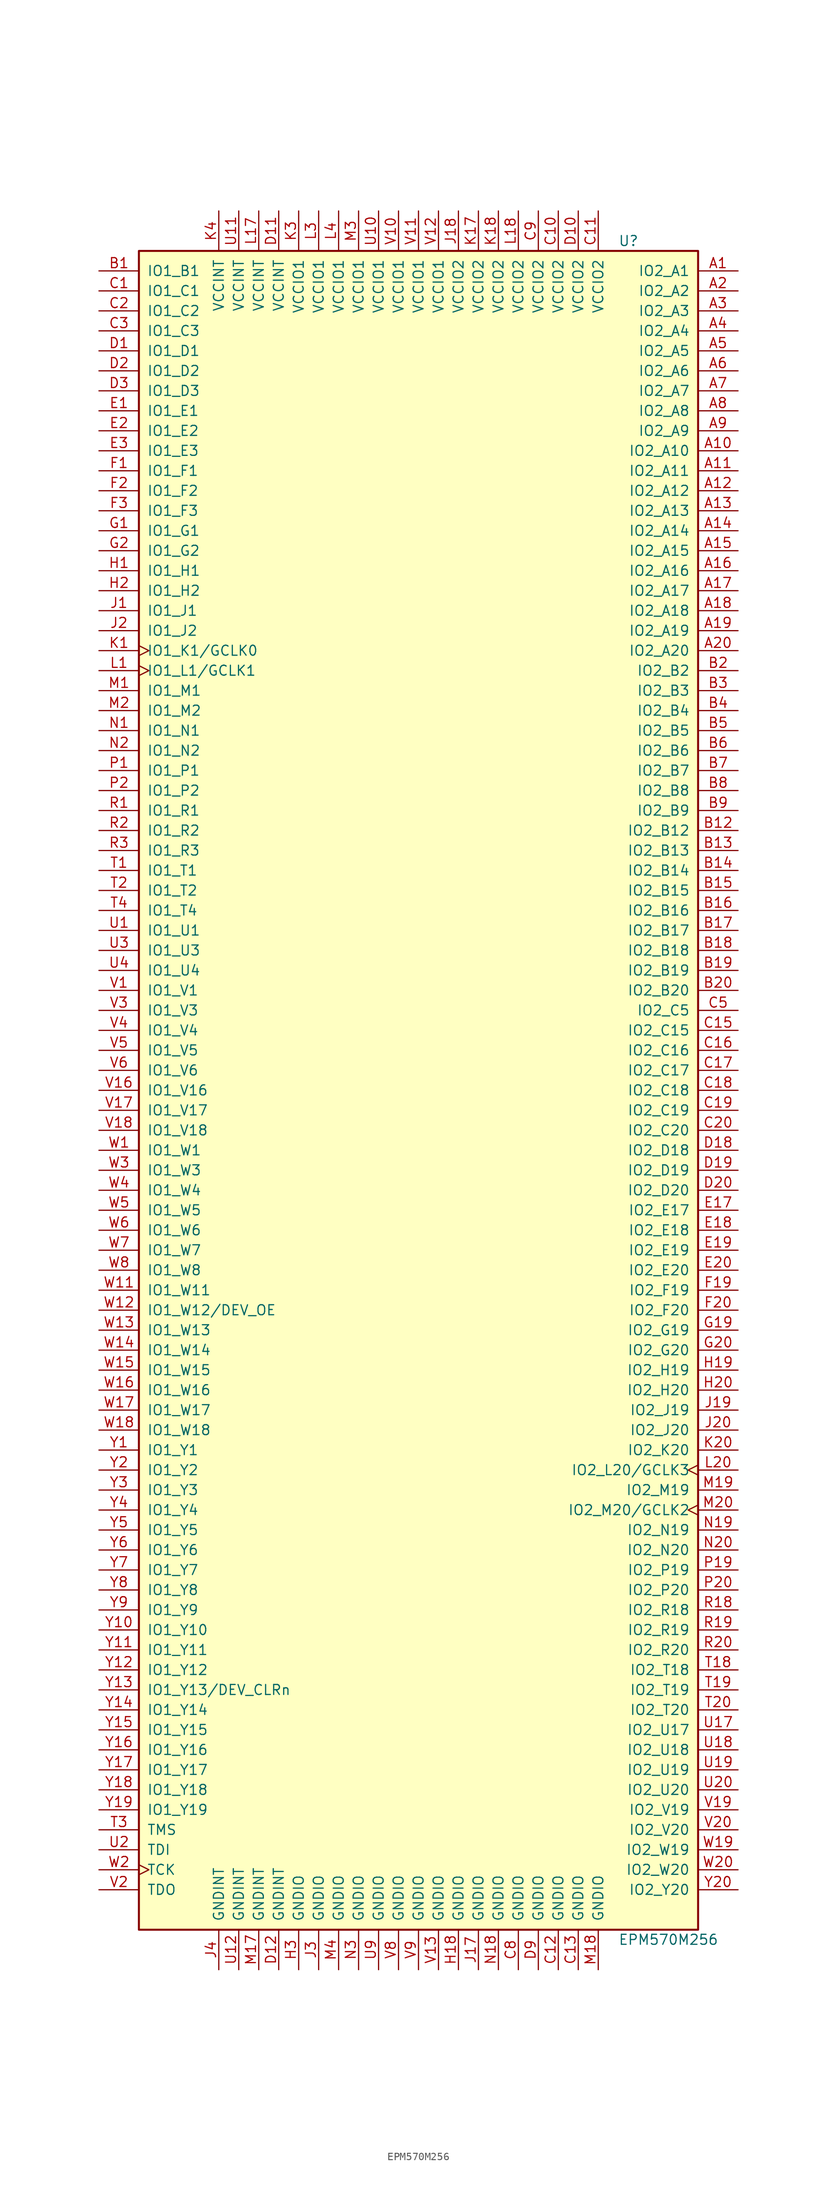
<source format=kicad_sym>
(kicad_symbol_lib
  (version 20201005)
  (generator kicad_symbol_editor)
  (symbol "EPM570M256"
    (pin_names
      (offset 1.016))
    (property "Reference" "U"
      (at 25.4 107.95 0)
      (effects (font (size 1.27 1.27)) (justify left)))
    (property "Value" "EPM570M256"
      (at 25.4 -107.95 0)
      (effects (font (size 1.27 1.27)) (justify left)))
    (property "ki_locked" ""
      (at 0 0 0)
      (effects (font (size 1.27 1.27))))
    (symbol "EPM570M256_1_1"
      (rectangle (start -35.56 106.68) (end 35.56 -106.68) (stroke (width 0.254)) (fill (type background)))
      (pin bidirectional line (at 40.64 104.14 180) (length 5.08) (name "IO2_A1" (effects (font (size 1.27 1.27)))) (number "A1" (effects (font (size 1.27 1.27)))))
      (pin bidirectional line (at 40.64 101.6 180) (length 5.08) (name "IO2_A2" (effects (font (size 1.27 1.27)))) (number "A2" (effects (font (size 1.27 1.27)))))
      (pin bidirectional line (at 40.64 99.06 180) (length 5.08) (name "IO2_A3" (effects (font (size 1.27 1.27)))) (number "A3" (effects (font (size 1.27 1.27)))))
      (pin bidirectional line (at 40.64 96.52 180) (length 5.08) (name "IO2_A4" (effects (font (size 1.27 1.27)))) (number "A4" (effects (font (size 1.27 1.27)))))
      (pin bidirectional line (at 40.64 93.98 180) (length 5.08) (name "IO2_A5" (effects (font (size 1.27 1.27)))) (number "A5" (effects (font (size 1.27 1.27)))))
      (pin bidirectional line (at 40.64 91.44 180) (length 5.08) (name "IO2_A6" (effects (font (size 1.27 1.27)))) (number "A6" (effects (font (size 1.27 1.27)))))
      (pin bidirectional line (at 40.64 88.9 180) (length 5.08) (name "IO2_A7" (effects (font (size 1.27 1.27)))) (number "A7" (effects (font (size 1.27 1.27)))))
      (pin bidirectional line (at 40.64 86.36 180) (length 5.08) (name "IO2_A8" (effects (font (size 1.27 1.27)))) (number "A8" (effects (font (size 1.27 1.27)))))
      (pin bidirectional line (at 40.64 83.82 180) (length 5.08) (name "IO2_A9" (effects (font (size 1.27 1.27)))) (number "A9" (effects (font (size 1.27 1.27)))))
      (pin bidirectional line (at 40.64 81.28 180) (length 5.08) (name "IO2_A10" (effects (font (size 1.27 1.27)))) (number "A10" (effects (font (size 1.27 1.27)))))
      (pin bidirectional line (at 40.64 78.74 180) (length 5.08) (name "IO2_A11" (effects (font (size 1.27 1.27)))) (number "A11" (effects (font (size 1.27 1.27)))))
      (pin bidirectional line (at 40.64 76.2 180) (length 5.08) (name "IO2_A12" (effects (font (size 1.27 1.27)))) (number "A12" (effects (font (size 1.27 1.27)))))
      (pin bidirectional line (at 40.64 73.66 180) (length 5.08) (name "IO2_A13" (effects (font (size 1.27 1.27)))) (number "A13" (effects (font (size 1.27 1.27)))))
      (pin bidirectional line (at 40.64 71.12 180) (length 5.08) (name "IO2_A14" (effects (font (size 1.27 1.27)))) (number "A14" (effects (font (size 1.27 1.27)))))
      (pin bidirectional line (at 40.64 68.58 180) (length 5.08) (name "IO2_A15" (effects (font (size 1.27 1.27)))) (number "A15" (effects (font (size 1.27 1.27)))))
      (pin bidirectional line (at 40.64 66.04 180) (length 5.08) (name "IO2_A16" (effects (font (size 1.27 1.27)))) (number "A16" (effects (font (size 1.27 1.27)))))
      (pin bidirectional line (at 40.64 63.5 180) (length 5.08) (name "IO2_A17" (effects (font (size 1.27 1.27)))) (number "A17" (effects (font (size 1.27 1.27)))))
      (pin bidirectional line (at 40.64 60.96 180) (length 5.08) (name "IO2_A18" (effects (font (size 1.27 1.27)))) (number "A18" (effects (font (size 1.27 1.27)))))
      (pin bidirectional line (at 40.64 58.42 180) (length 5.08) (name "IO2_A19" (effects (font (size 1.27 1.27)))) (number "A19" (effects (font (size 1.27 1.27)))))
      (pin bidirectional line (at 40.64 55.88 180) (length 5.08) (name "IO2_A20" (effects (font (size 1.27 1.27)))) (number "A20" (effects (font (size 1.27 1.27)))))
      (pin bidirectional line (at -40.64 104.14 0) (length 5.08) (name "IO1_B1" (effects (font (size 1.27 1.27)))) (number "B1" (effects (font (size 1.27 1.27)))))
      (pin bidirectional line (at 40.64 53.34 180) (length 5.08) (name "IO2_B2" (effects (font (size 1.27 1.27)))) (number "B2" (effects (font (size 1.27 1.27)))))
      (pin bidirectional line (at 40.64 50.8 180) (length 5.08) (name "IO2_B3" (effects (font (size 1.27 1.27)))) (number "B3" (effects (font (size 1.27 1.27)))))
      (pin bidirectional line (at 40.64 48.26 180) (length 5.08) (name "IO2_B4" (effects (font (size 1.27 1.27)))) (number "B4" (effects (font (size 1.27 1.27)))))
      (pin bidirectional line (at 40.64 45.72 180) (length 5.08) (name "IO2_B5" (effects (font (size 1.27 1.27)))) (number "B5" (effects (font (size 1.27 1.27)))))
      (pin bidirectional line (at 40.64 43.18 180) (length 5.08) (name "IO2_B6" (effects (font (size 1.27 1.27)))) (number "B6" (effects (font (size 1.27 1.27)))))
      (pin bidirectional line (at 40.64 40.64 180) (length 5.08) (name "IO2_B7" (effects (font (size 1.27 1.27)))) (number "B7" (effects (font (size 1.27 1.27)))))
      (pin bidirectional line (at 40.64 38.1 180) (length 5.08) (name "IO2_B8" (effects (font (size 1.27 1.27)))) (number "B8" (effects (font (size 1.27 1.27)))))
      (pin bidirectional line (at 40.64 35.56 180) (length 5.08) (name "IO2_B9" (effects (font (size 1.27 1.27)))) (number "B9" (effects (font (size 1.27 1.27)))))
      (pin bidirectional line (at 40.64 33.02 180) (length 5.08) (name "IO2_B12" (effects (font (size 1.27 1.27)))) (number "B12" (effects (font (size 1.27 1.27)))))
      (pin bidirectional line (at 40.64 30.48 180) (length 5.08) (name "IO2_B13" (effects (font (size 1.27 1.27)))) (number "B13" (effects (font (size 1.27 1.27)))))
      (pin bidirectional line (at 40.64 27.94 180) (length 5.08) (name "IO2_B14" (effects (font (size 1.27 1.27)))) (number "B14" (effects (font (size 1.27 1.27)))))
      (pin bidirectional line (at 40.64 25.4 180) (length 5.08) (name "IO2_B15" (effects (font (size 1.27 1.27)))) (number "B15" (effects (font (size 1.27 1.27)))))
      (pin bidirectional line (at 40.64 22.86 180) (length 5.08) (name "IO2_B16" (effects (font (size 1.27 1.27)))) (number "B16" (effects (font (size 1.27 1.27)))))
      (pin bidirectional line (at 40.64 20.32 180) (length 5.08) (name "IO2_B17" (effects (font (size 1.27 1.27)))) (number "B17" (effects (font (size 1.27 1.27)))))
      (pin bidirectional line (at 40.64 17.78 180) (length 5.08) (name "IO2_B18" (effects (font (size 1.27 1.27)))) (number "B18" (effects (font (size 1.27 1.27)))))
      (pin bidirectional line (at 40.64 15.24 180) (length 5.08) (name "IO2_B19" (effects (font (size 1.27 1.27)))) (number "B19" (effects (font (size 1.27 1.27)))))
      (pin bidirectional line (at 40.64 12.7 180) (length 5.08) (name "IO2_B20" (effects (font (size 1.27 1.27)))) (number "B20" (effects (font (size 1.27 1.27)))))
      (pin bidirectional line (at -40.64 101.6 0) (length 5.08) (name "IO1_C1" (effects (font (size 1.27 1.27)))) (number "C1" (effects (font (size 1.27 1.27)))))
      (pin bidirectional line (at -40.64 99.06 0) (length 5.08) (name "IO1_C2" (effects (font (size 1.27 1.27)))) (number "C2" (effects (font (size 1.27 1.27)))))
      (pin bidirectional line (at -40.64 96.52 0) (length 5.08) (name "IO1_C3" (effects (font (size 1.27 1.27)))) (number "C3" (effects (font (size 1.27 1.27)))))
      (pin bidirectional line (at 40.64 10.16 180) (length 5.08) (name "IO2_C5" (effects (font (size 1.27 1.27)))) (number "C5" (effects (font (size 1.27 1.27)))))
      (pin bidirectional line (at 40.64 7.62 180) (length 5.08) (name "IO2_C15" (effects (font (size 1.27 1.27)))) (number "C15" (effects (font (size 1.27 1.27)))))
      (pin bidirectional line (at 40.64 5.08 180) (length 5.08) (name "IO2_C16" (effects (font (size 1.27 1.27)))) (number "C16" (effects (font (size 1.27 1.27)))))
      (pin bidirectional line (at 40.64 2.54 180) (length 5.08) (name "IO2_C17" (effects (font (size 1.27 1.27)))) (number "C17" (effects (font (size 1.27 1.27)))))
      (pin bidirectional line (at 40.64 0 180) (length 5.08) (name "IO2_C18" (effects (font (size 1.27 1.27)))) (number "C18" (effects (font (size 1.27 1.27)))))
      (pin bidirectional line (at 40.64 -2.54 180) (length 5.08) (name "IO2_C19" (effects (font (size 1.27 1.27)))) (number "C19" (effects (font (size 1.27 1.27)))))
      (pin bidirectional line (at 40.64 -5.08 180) (length 5.08) (name "IO2_C20" (effects (font (size 1.27 1.27)))) (number "C20" (effects (font (size 1.27 1.27)))))
      (pin bidirectional line (at -40.64 93.98 0) (length 5.08) (name "IO1_D1" (effects (font (size 1.27 1.27)))) (number "D1" (effects (font (size 1.27 1.27)))))
      (pin bidirectional line (at -40.64 91.44 0) (length 5.08) (name "IO1_D2" (effects (font (size 1.27 1.27)))) (number "D2" (effects (font (size 1.27 1.27)))))
      (pin bidirectional line (at -40.64 88.9 0) (length 5.08) (name "IO1_D3" (effects (font (size 1.27 1.27)))) (number "D3" (effects (font (size 1.27 1.27)))))
      (pin bidirectional line (at 40.64 -7.62 180) (length 5.08) (name "IO2_D18" (effects (font (size 1.27 1.27)))) (number "D18" (effects (font (size 1.27 1.27)))))
      (pin bidirectional line (at 40.64 -10.16 180) (length 5.08) (name "IO2_D19" (effects (font (size 1.27 1.27)))) (number "D19" (effects (font (size 1.27 1.27)))))
      (pin bidirectional line (at 40.64 -12.7 180) (length 5.08) (name "IO2_D20" (effects (font (size 1.27 1.27)))) (number "D20" (effects (font (size 1.27 1.27)))))
      (pin bidirectional line (at -40.64 86.36 0) (length 5.08) (name "IO1_E1" (effects (font (size 1.27 1.27)))) (number "E1" (effects (font (size 1.27 1.27)))))
      (pin bidirectional line (at -40.64 83.82 0) (length 5.08) (name "IO1_E2" (effects (font (size 1.27 1.27)))) (number "E2" (effects (font (size 1.27 1.27)))))
      (pin bidirectional line (at -40.64 81.28 0) (length 5.08) (name "IO1_E3" (effects (font (size 1.27 1.27)))) (number "E3" (effects (font (size 1.27 1.27)))))
      (pin bidirectional line (at 40.64 -15.24 180) (length 5.08) (name "IO2_E17" (effects (font (size 1.27 1.27)))) (number "E17" (effects (font (size 1.27 1.27)))))
      (pin bidirectional line (at 40.64 -17.78 180) (length 5.08) (name "IO2_E18" (effects (font (size 1.27 1.27)))) (number "E18" (effects (font (size 1.27 1.27)))))
      (pin bidirectional line (at 40.64 -20.32 180) (length 5.08) (name "IO2_E19" (effects (font (size 1.27 1.27)))) (number "E19" (effects (font (size 1.27 1.27)))))
      (pin bidirectional line (at 40.64 -22.86 180) (length 5.08) (name "IO2_E20" (effects (font (size 1.27 1.27)))) (number "E20" (effects (font (size 1.27 1.27)))))
      (pin bidirectional line (at -40.64 78.74 0) (length 5.08) (name "IO1_F1" (effects (font (size 1.27 1.27)))) (number "F1" (effects (font (size 1.27 1.27)))))
      (pin bidirectional line (at -40.64 76.2 0) (length 5.08) (name "IO1_F2" (effects (font (size 1.27 1.27)))) (number "F2" (effects (font (size 1.27 1.27)))))
      (pin bidirectional line (at -40.64 73.66 0) (length 5.08) (name "IO1_F3" (effects (font (size 1.27 1.27)))) (number "F3" (effects (font (size 1.27 1.27)))))
      (pin bidirectional line (at 40.64 -25.4 180) (length 5.08) (name "IO2_F19" (effects (font (size 1.27 1.27)))) (number "F19" (effects (font (size 1.27 1.27)))))
      (pin bidirectional line (at 40.64 -27.94 180) (length 5.08) (name "IO2_F20" (effects (font (size 1.27 1.27)))) (number "F20" (effects (font (size 1.27 1.27)))))
      (pin bidirectional line (at -40.64 71.12 0) (length 5.08) (name "IO1_G1" (effects (font (size 1.27 1.27)))) (number "G1" (effects (font (size 1.27 1.27)))))
      (pin bidirectional line (at -40.64 68.58 0) (length 5.08) (name "IO1_G2" (effects (font (size 1.27 1.27)))) (number "G2" (effects (font (size 1.27 1.27)))))
      (pin bidirectional line (at 40.64 -30.48 180) (length 5.08) (name "IO2_G19" (effects (font (size 1.27 1.27)))) (number "G19" (effects (font (size 1.27 1.27)))))
      (pin bidirectional line (at 40.64 -33.02 180) (length 5.08) (name "IO2_G20" (effects (font (size 1.27 1.27)))) (number "G20" (effects (font (size 1.27 1.27)))))
      (pin bidirectional line (at -40.64 66.04 0) (length 5.08) (name "IO1_H1" (effects (font (size 1.27 1.27)))) (number "H1" (effects (font (size 1.27 1.27)))))
      (pin bidirectional line (at -40.64 63.5 0) (length 5.08) (name "IO1_H2" (effects (font (size 1.27 1.27)))) (number "H2" (effects (font (size 1.27 1.27)))))
      (pin bidirectional line (at 40.64 -35.56 180) (length 5.08) (name "IO2_H19" (effects (font (size 1.27 1.27)))) (number "H19" (effects (font (size 1.27 1.27)))))
      (pin bidirectional line (at 40.64 -38.1 180) (length 5.08) (name "IO2_H20" (effects (font (size 1.27 1.27)))) (number "H20" (effects (font (size 1.27 1.27)))))
      (pin bidirectional line (at -40.64 60.96 0) (length 5.08) (name "IO1_J1" (effects (font (size 1.27 1.27)))) (number "J1" (effects (font (size 1.27 1.27)))))
      (pin bidirectional line (at -40.64 58.42 0) (length 5.08) (name "IO1_J2" (effects (font (size 1.27 1.27)))) (number "J2" (effects (font (size 1.27 1.27)))))
      (pin bidirectional line (at 40.64 -40.64 180) (length 5.08) (name "IO2_J19" (effects (font (size 1.27 1.27)))) (number "J19" (effects (font (size 1.27 1.27)))))
      (pin bidirectional line (at 40.64 -43.18 180) (length 5.08) (name "IO2_J20" (effects (font (size 1.27 1.27)))) (number "J20" (effects (font (size 1.27 1.27)))))
      (pin bidirectional clock (at -40.64 55.88 0) (length 5.08) (name "IO1_K1/GCLK0" (effects (font (size 1.27 1.27)))) (number "K1" (effects (font (size 1.27 1.27)))))
      (pin bidirectional line (at 40.64 -45.72 180) (length 5.08) (name "IO2_K20" (effects (font (size 1.27 1.27)))) (number "K20" (effects (font (size 1.27 1.27)))))
      (pin bidirectional clock (at -40.64 53.34 0) (length 5.08) (name "IO1_L1/GCLK1" (effects (font (size 1.27 1.27)))) (number "L1" (effects (font (size 1.27 1.27)))))
      (pin bidirectional clock (at 40.64 -48.26 180) (length 5.08) (name "IO2_L20/GCLK3" (effects (font (size 1.27 1.27)))) (number "L20" (effects (font (size 1.27 1.27)))))
      (pin bidirectional line (at -40.64 50.8 0) (length 5.08) (name "IO1_M1" (effects (font (size 1.27 1.27)))) (number "M1" (effects (font (size 1.27 1.27)))))
      (pin bidirectional line (at -40.64 48.26 0) (length 5.08) (name "IO1_M2" (effects (font (size 1.27 1.27)))) (number "M2" (effects (font (size 1.27 1.27)))))
      (pin bidirectional line (at 40.64 -50.8 180) (length 5.08) (name "IO2_M19" (effects (font (size 1.27 1.27)))) (number "M19" (effects (font (size 1.27 1.27)))))
      (pin bidirectional clock (at 40.64 -53.34 180) (length 5.08) (name "IO2_M20/GCLK2" (effects (font (size 1.27 1.27)))) (number "M20" (effects (font (size 1.27 1.27)))))
      (pin bidirectional line (at -40.64 45.72 0) (length 5.08) (name "IO1_N1" (effects (font (size 1.27 1.27)))) (number "N1" (effects (font (size 1.27 1.27)))))
      (pin bidirectional line (at -40.64 43.18 0) (length 5.08) (name "IO1_N2" (effects (font (size 1.27 1.27)))) (number "N2" (effects (font (size 1.27 1.27)))))
      (pin bidirectional line (at 40.64 -55.88 180) (length 5.08) (name "IO2_N19" (effects (font (size 1.27 1.27)))) (number "N19" (effects (font (size 1.27 1.27)))))
      (pin bidirectional line (at 40.64 -58.42 180) (length 5.08) (name "IO2_N20" (effects (font (size 1.27 1.27)))) (number "N20" (effects (font (size 1.27 1.27)))))
      (pin bidirectional line (at -40.64 40.64 0) (length 5.08) (name "IO1_P1" (effects (font (size 1.27 1.27)))) (number "P1" (effects (font (size 1.27 1.27)))))
      (pin bidirectional line (at -40.64 38.1 0) (length 5.08) (name "IO1_P2" (effects (font (size 1.27 1.27)))) (number "P2" (effects (font (size 1.27 1.27)))))
      (pin bidirectional line (at 40.64 -60.96 180) (length 5.08) (name "IO2_P19" (effects (font (size 1.27 1.27)))) (number "P19" (effects (font (size 1.27 1.27)))))
      (pin bidirectional line (at 40.64 -63.5 180) (length 5.08) (name "IO2_P20" (effects (font (size 1.27 1.27)))) (number "P20" (effects (font (size 1.27 1.27)))))
      (pin bidirectional line (at -40.64 35.56 0) (length 5.08) (name "IO1_R1" (effects (font (size 1.27 1.27)))) (number "R1" (effects (font (size 1.27 1.27)))))
      (pin bidirectional line (at -40.64 33.02 0) (length 5.08) (name "IO1_R2" (effects (font (size 1.27 1.27)))) (number "R2" (effects (font (size 1.27 1.27)))))
      (pin bidirectional line (at -40.64 30.48 0) (length 5.08) (name "IO1_R3" (effects (font (size 1.27 1.27)))) (number "R3" (effects (font (size 1.27 1.27)))))
      (pin bidirectional line (at 40.64 -66.04 180) (length 5.08) (name "IO2_R18" (effects (font (size 1.27 1.27)))) (number "R18" (effects (font (size 1.27 1.27)))))
      (pin bidirectional line (at 40.64 -68.58 180) (length 5.08) (name "IO2_R19" (effects (font (size 1.27 1.27)))) (number "R19" (effects (font (size 1.27 1.27)))))
      (pin bidirectional line (at 40.64 -71.12 180) (length 5.08) (name "IO2_R20" (effects (font (size 1.27 1.27)))) (number "R20" (effects (font (size 1.27 1.27)))))
      (pin bidirectional line (at -40.64 27.94 0) (length 5.08) (name "IO1_T1" (effects (font (size 1.27 1.27)))) (number "T1" (effects (font (size 1.27 1.27)))))
      (pin bidirectional line (at -40.64 25.4 0) (length 5.08) (name "IO1_T2" (effects (font (size 1.27 1.27)))) (number "T2" (effects (font (size 1.27 1.27)))))
      (pin bidirectional line (at -40.64 22.86 0) (length 5.08) (name "IO1_T4" (effects (font (size 1.27 1.27)))) (number "T4" (effects (font (size 1.27 1.27)))))
      (pin bidirectional line (at 40.64 -73.66 180) (length 5.08) (name "IO2_T18" (effects (font (size 1.27 1.27)))) (number "T18" (effects (font (size 1.27 1.27)))))
      (pin bidirectional line (at 40.64 -76.2 180) (length 5.08) (name "IO2_T19" (effects (font (size 1.27 1.27)))) (number "T19" (effects (font (size 1.27 1.27)))))
      (pin bidirectional line (at 40.64 -78.74 180) (length 5.08) (name "IO2_T20" (effects (font (size 1.27 1.27)))) (number "T20" (effects (font (size 1.27 1.27)))))
      (pin bidirectional line (at -40.64 20.32 0) (length 5.08) (name "IO1_U1" (effects (font (size 1.27 1.27)))) (number "U1" (effects (font (size 1.27 1.27)))))
      (pin bidirectional line (at -40.64 17.78 0) (length 5.08) (name "IO1_U3" (effects (font (size 1.27 1.27)))) (number "U3" (effects (font (size 1.27 1.27)))))
      (pin bidirectional line (at -40.64 15.24 0) (length 5.08) (name "IO1_U4" (effects (font (size 1.27 1.27)))) (number "U4" (effects (font (size 1.27 1.27)))))
      (pin bidirectional line (at 40.64 -81.28 180) (length 5.08) (name "IO2_U17" (effects (font (size 1.27 1.27)))) (number "U17" (effects (font (size 1.27 1.27)))))
      (pin bidirectional line (at 40.64 -83.82 180) (length 5.08) (name "IO2_U18" (effects (font (size 1.27 1.27)))) (number "U18" (effects (font (size 1.27 1.27)))))
      (pin bidirectional line (at 40.64 -86.36 180) (length 5.08) (name "IO2_U19" (effects (font (size 1.27 1.27)))) (number "U19" (effects (font (size 1.27 1.27)))))
      (pin bidirectional line (at 40.64 -88.9 180) (length 5.08) (name "IO2_U20" (effects (font (size 1.27 1.27)))) (number "U20" (effects (font (size 1.27 1.27)))))
      (pin bidirectional line (at -40.64 12.7 0) (length 5.08) (name "IO1_V1" (effects (font (size 1.27 1.27)))) (number "V1" (effects (font (size 1.27 1.27)))))
      (pin bidirectional line (at -40.64 10.16 0) (length 5.08) (name "IO1_V3" (effects (font (size 1.27 1.27)))) (number "V3" (effects (font (size 1.27 1.27)))))
      (pin bidirectional line (at -40.64 7.62 0) (length 5.08) (name "IO1_V4" (effects (font (size 1.27 1.27)))) (number "V4" (effects (font (size 1.27 1.27)))))
      (pin bidirectional line (at -40.64 5.08 0) (length 5.08) (name "IO1_V5" (effects (font (size 1.27 1.27)))) (number "V5" (effects (font (size 1.27 1.27)))))
      (pin bidirectional line (at -40.64 2.54 0) (length 5.08) (name "IO1_V6" (effects (font (size 1.27 1.27)))) (number "V6" (effects (font (size 1.27 1.27)))))
      (pin bidirectional line (at -40.64 0 0) (length 5.08) (name "IO1_V16" (effects (font (size 1.27 1.27)))) (number "V16" (effects (font (size 1.27 1.27)))))
      (pin bidirectional line (at -40.64 -2.54 0) (length 5.08) (name "IO1_V17" (effects (font (size 1.27 1.27)))) (number "V17" (effects (font (size 1.27 1.27)))))
      (pin bidirectional line (at -40.64 -5.08 0) (length 5.08) (name "IO1_V18" (effects (font (size 1.27 1.27)))) (number "V18" (effects (font (size 1.27 1.27)))))
      (pin bidirectional line (at 40.64 -91.44 180) (length 5.08) (name "IO2_V19" (effects (font (size 1.27 1.27)))) (number "V19" (effects (font (size 1.27 1.27)))))
      (pin bidirectional line (at 40.64 -93.98 180) (length 5.08) (name "IO2_V20" (effects (font (size 1.27 1.27)))) (number "V20" (effects (font (size 1.27 1.27)))))
      (pin bidirectional line (at -40.64 -7.62 0) (length 5.08) (name "IO1_W1" (effects (font (size 1.27 1.27)))) (number "W1" (effects (font (size 1.27 1.27)))))
      (pin bidirectional line (at -40.64 -10.16 0) (length 5.08) (name "IO1_W3" (effects (font (size 1.27 1.27)))) (number "W3" (effects (font (size 1.27 1.27)))))
      (pin bidirectional line (at -40.64 -12.7 0) (length 5.08) (name "IO1_W4" (effects (font (size 1.27 1.27)))) (number "W4" (effects (font (size 1.27 1.27)))))
      (pin bidirectional line (at -40.64 -15.24 0) (length 5.08) (name "IO1_W5" (effects (font (size 1.27 1.27)))) (number "W5" (effects (font (size 1.27 1.27)))))
      (pin bidirectional line (at -40.64 -17.78 0) (length 5.08) (name "IO1_W6" (effects (font (size 1.27 1.27)))) (number "W6" (effects (font (size 1.27 1.27)))))
      (pin bidirectional line (at -40.64 -20.32 0) (length 5.08) (name "IO1_W7" (effects (font (size 1.27 1.27)))) (number "W7" (effects (font (size 1.27 1.27)))))
      (pin bidirectional line (at -40.64 -22.86 0) (length 5.08) (name "IO1_W8" (effects (font (size 1.27 1.27)))) (number "W8" (effects (font (size 1.27 1.27)))))
      (pin bidirectional line (at -40.64 -25.4 0) (length 5.08) (name "IO1_W11" (effects (font (size 1.27 1.27)))) (number "W11" (effects (font (size 1.27 1.27)))))
      (pin bidirectional line (at -40.64 -27.94 0) (length 5.08) (name "IO1_W12/DEV_OE" (effects (font (size 1.27 1.27)))) (number "W12" (effects (font (size 1.27 1.27)))))
      (pin bidirectional line (at -40.64 -30.48 0) (length 5.08) (name "IO1_W13" (effects (font (size 1.27 1.27)))) (number "W13" (effects (font (size 1.27 1.27)))))
      (pin bidirectional line (at -40.64 -33.02 0) (length 5.08) (name "IO1_W14" (effects (font (size 1.27 1.27)))) (number "W14" (effects (font (size 1.27 1.27)))))
      (pin bidirectional line (at -40.64 -35.56 0) (length 5.08) (name "IO1_W15" (effects (font (size 1.27 1.27)))) (number "W15" (effects (font (size 1.27 1.27)))))
      (pin bidirectional line (at -40.64 -38.1 0) (length 5.08) (name "IO1_W16" (effects (font (size 1.27 1.27)))) (number "W16" (effects (font (size 1.27 1.27)))))
      (pin bidirectional line (at -40.64 -40.64 0) (length 5.08) (name "IO1_W17" (effects (font (size 1.27 1.27)))) (number "W17" (effects (font (size 1.27 1.27)))))
      (pin bidirectional line (at -40.64 -43.18 0) (length 5.08) (name "IO1_W18" (effects (font (size 1.27 1.27)))) (number "W18" (effects (font (size 1.27 1.27)))))
      (pin bidirectional line (at 40.64 -96.52 180) (length 5.08) (name "IO2_W19" (effects (font (size 1.27 1.27)))) (number "W19" (effects (font (size 1.27 1.27)))))
      (pin bidirectional line (at 40.64 -99.06 180) (length 5.08) (name "IO2_W20" (effects (font (size 1.27 1.27)))) (number "W20" (effects (font (size 1.27 1.27)))))
      (pin bidirectional line (at -40.64 -45.72 0) (length 5.08) (name "IO1_Y1" (effects (font (size 1.27 1.27)))) (number "Y1" (effects (font (size 1.27 1.27)))))
      (pin bidirectional line (at -40.64 -48.26 0) (length 5.08) (name "IO1_Y2" (effects (font (size 1.27 1.27)))) (number "Y2" (effects (font (size 1.27 1.27)))))
      (pin bidirectional line (at -40.64 -50.8 0) (length 5.08) (name "IO1_Y3" (effects (font (size 1.27 1.27)))) (number "Y3" (effects (font (size 1.27 1.27)))))
      (pin bidirectional line (at -40.64 -53.34 0) (length 5.08) (name "IO1_Y4" (effects (font (size 1.27 1.27)))) (number "Y4" (effects (font (size 1.27 1.27)))))
      (pin bidirectional line (at -40.64 -55.88 0) (length 5.08) (name "IO1_Y5" (effects (font (size 1.27 1.27)))) (number "Y5" (effects (font (size 1.27 1.27)))))
      (pin bidirectional line (at -40.64 -58.42 0) (length 5.08) (name "IO1_Y6" (effects (font (size 1.27 1.27)))) (number "Y6" (effects (font (size 1.27 1.27)))))
      (pin bidirectional line (at -40.64 -60.96 0) (length 5.08) (name "IO1_Y7" (effects (font (size 1.27 1.27)))) (number "Y7" (effects (font (size 1.27 1.27)))))
      (pin bidirectional line (at -40.64 -63.5 0) (length 5.08) (name "IO1_Y8" (effects (font (size 1.27 1.27)))) (number "Y8" (effects (font (size 1.27 1.27)))))
      (pin bidirectional line (at -40.64 -66.04 0) (length 5.08) (name "IO1_Y9" (effects (font (size 1.27 1.27)))) (number "Y9" (effects (font (size 1.27 1.27)))))
      (pin bidirectional line (at -40.64 -68.58 0) (length 5.08) (name "IO1_Y10" (effects (font (size 1.27 1.27)))) (number "Y10" (effects (font (size 1.27 1.27)))))
      (pin bidirectional line (at -40.64 -71.12 0) (length 5.08) (name "IO1_Y11" (effects (font (size 1.27 1.27)))) (number "Y11" (effects (font (size 1.27 1.27)))))
      (pin bidirectional line (at -40.64 -73.66 0) (length 5.08) (name "IO1_Y12" (effects (font (size 1.27 1.27)))) (number "Y12" (effects (font (size 1.27 1.27)))))
      (pin bidirectional line (at -40.64 -76.2 0) (length 5.08) (name "IO1_Y13/DEV_CLRn" (effects (font (size 1.27 1.27)))) (number "Y13" (effects (font (size 1.27 1.27)))))
      (pin bidirectional line (at -40.64 -78.74 0) (length 5.08) (name "IO1_Y14" (effects (font (size 1.27 1.27)))) (number "Y14" (effects (font (size 1.27 1.27)))))
      (pin bidirectional line (at -40.64 -81.28 0) (length 5.08) (name "IO1_Y15" (effects (font (size 1.27 1.27)))) (number "Y15" (effects (font (size 1.27 1.27)))))
      (pin bidirectional line (at -40.64 -83.82 0) (length 5.08) (name "IO1_Y16" (effects (font (size 1.27 1.27)))) (number "Y16" (effects (font (size 1.27 1.27)))))
      (pin bidirectional line (at -40.64 -86.36 0) (length 5.08) (name "IO1_Y17" (effects (font (size 1.27 1.27)))) (number "Y17" (effects (font (size 1.27 1.27)))))
      (pin bidirectional line (at -40.64 -88.9 0) (length 5.08) (name "IO1_Y18" (effects (font (size 1.27 1.27)))) (number "Y18" (effects (font (size 1.27 1.27)))))
      (pin bidirectional line (at -40.64 -91.44 0) (length 5.08) (name "IO1_Y19" (effects (font (size 1.27 1.27)))) (number "Y19" (effects (font (size 1.27 1.27)))))
      (pin bidirectional line (at 40.64 -101.6 180) (length 5.08) (name "IO2_Y20" (effects (font (size 1.27 1.27)))) (number "Y20" (effects (font (size 1.27 1.27)))))
      (pin input line (at -40.64 -93.98 0) (length 5.08) (name "TMS" (effects (font (size 1.27 1.27)))) (number "T3" (effects (font (size 1.27 1.27)))))
      (pin input line (at -40.64 -96.52 0) (length 5.08) (name "TDI" (effects (font (size 1.27 1.27)))) (number "U2" (effects (font (size 1.27 1.27)))))
      (pin input clock (at -40.64 -99.06 0) (length 5.08) (name "TCK" (effects (font (size 1.27 1.27)))) (number "W2" (effects (font (size 1.27 1.27)))))
      (pin output line (at -40.64 -101.6 0) (length 5.08) (name "TDO" (effects (font (size 1.27 1.27)))) (number "V2" (effects (font (size 1.27 1.27)))))
      (pin power_in line (at -25.4 -111.76 90) (length 5.08) (name "GNDINT" (effects (font (size 1.27 1.27)))) (number "J4" (effects (font (size 1.27 1.27)))))
      (pin power_in line (at -22.86 -111.76 90) (length 5.08) (name "GNDINT" (effects (font (size 1.27 1.27)))) (number "U12" (effects (font (size 1.27 1.27)))))
      (pin power_in line (at -20.32 -111.76 90) (length 5.08) (name "GNDINT" (effects (font (size 1.27 1.27)))) (number "M17" (effects (font (size 1.27 1.27)))))
      (pin power_in line (at -17.78 -111.76 90) (length 5.08) (name "GNDINT" (effects (font (size 1.27 1.27)))) (number "D12" (effects (font (size 1.27 1.27)))))
      (pin power_in line (at -15.24 -111.76 90) (length 5.08) (name "GNDIO" (effects (font (size 1.27 1.27)))) (number "H3" (effects (font (size 1.27 1.27)))))
      (pin power_in line (at -12.7 -111.76 90) (length 5.08) (name "GNDIO" (effects (font (size 1.27 1.27)))) (number "J3" (effects (font (size 1.27 1.27)))))
      (pin power_in line (at -10.16 -111.76 90) (length 5.08) (name "GNDIO" (effects (font (size 1.27 1.27)))) (number "M4" (effects (font (size 1.27 1.27)))))
      (pin power_in line (at -7.62 -111.76 90) (length 5.08) (name "GNDIO" (effects (font (size 1.27 1.27)))) (number "N3" (effects (font (size 1.27 1.27)))))
      (pin power_in line (at -5.08 -111.76 90) (length 5.08) (name "GNDIO" (effects (font (size 1.27 1.27)))) (number "U9" (effects (font (size 1.27 1.27)))))
      (pin power_in line (at -2.54 -111.76 90) (length 5.08) (name "GNDIO" (effects (font (size 1.27 1.27)))) (number "V8" (effects (font (size 1.27 1.27)))))
      (pin power_in line (at 0 -111.76 90) (length 5.08) (name "GNDIO" (effects (font (size 1.27 1.27)))) (number "V9" (effects (font (size 1.27 1.27)))))
      (pin power_in line (at 2.54 -111.76 90) (length 5.08) (name "GNDIO" (effects (font (size 1.27 1.27)))) (number "V13" (effects (font (size 1.27 1.27)))))
      (pin power_in line (at 5.08 -111.76 90) (length 5.08) (name "GNDIO" (effects (font (size 1.27 1.27)))) (number "H18" (effects (font (size 1.27 1.27)))))
      (pin power_in line (at 7.62 -111.76 90) (length 5.08) (name "GNDIO" (effects (font (size 1.27 1.27)))) (number "J17" (effects (font (size 1.27 1.27)))))
      (pin power_in line (at 10.16 -111.76 90) (length 5.08) (name "GNDIO" (effects (font (size 1.27 1.27)))) (number "N18" (effects (font (size 1.27 1.27)))))
      (pin power_in line (at 12.7 -111.76 90) (length 5.08) (name "GNDIO" (effects (font (size 1.27 1.27)))) (number "C8" (effects (font (size 1.27 1.27)))))
      (pin power_in line (at 15.24 -111.76 90) (length 5.08) (name "GNDIO" (effects (font (size 1.27 1.27)))) (number "D9" (effects (font (size 1.27 1.27)))))
      (pin power_in line (at 17.78 -111.76 90) (length 5.08) (name "GNDIO" (effects (font (size 1.27 1.27)))) (number "C12" (effects (font (size 1.27 1.27)))))
      (pin power_in line (at 20.32 -111.76 90) (length 5.08) (name "GNDIO" (effects (font (size 1.27 1.27)))) (number "C13" (effects (font (size 1.27 1.27)))))
      (pin power_in line (at 22.86 -111.76 90) (length 5.08) (name "GNDIO" (effects (font (size 1.27 1.27)))) (number "M18" (effects (font (size 1.27 1.27)))))
      (pin power_in line (at -25.4 111.76 270) (length 5.08) (name "VCCINT" (effects (font (size 1.27 1.27)))) (number "K4" (effects (font (size 1.27 1.27)))))
      (pin power_in line (at -22.86 111.76 270) (length 5.08) (name "VCCINT" (effects (font (size 1.27 1.27)))) (number "U11" (effects (font (size 1.27 1.27)))))
      (pin power_in line (at -20.32 111.76 270) (length 5.08) (name "VCCINT" (effects (font (size 1.27 1.27)))) (number "L17" (effects (font (size 1.27 1.27)))))
      (pin power_in line (at -17.78 111.76 270) (length 5.08) (name "VCCINT" (effects (font (size 1.27 1.27)))) (number "D11" (effects (font (size 1.27 1.27)))))
      (pin power_in line (at -15.24 111.76 270) (length 5.08) (name "VCCIO1" (effects (font (size 1.27 1.27)))) (number "K3" (effects (font (size 1.27 1.27)))))
      (pin power_in line (at -12.7 111.76 270) (length 5.08) (name "VCCIO1" (effects (font (size 1.27 1.27)))) (number "L3" (effects (font (size 1.27 1.27)))))
      (pin power_in line (at -10.16 111.76 270) (length 5.08) (name "VCCIO1" (effects (font (size 1.27 1.27)))) (number "L4" (effects (font (size 1.27 1.27)))))
      (pin power_in line (at -7.62 111.76 270) (length 5.08) (name "VCCIO1" (effects (font (size 1.27 1.27)))) (number "M3" (effects (font (size 1.27 1.27)))))
      (pin power_in line (at -5.08 111.76 270) (length 5.08) (name "VCCIO1" (effects (font (size 1.27 1.27)))) (number "U10" (effects (font (size 1.27 1.27)))))
      (pin power_in line (at -2.54 111.76 270) (length 5.08) (name "VCCIO1" (effects (font (size 1.27 1.27)))) (number "V10" (effects (font (size 1.27 1.27)))))
      (pin power_in line (at 0 111.76 270) (length 5.08) (name "VCCIO1" (effects (font (size 1.27 1.27)))) (number "V11" (effects (font (size 1.27 1.27)))))
      (pin power_in line (at 2.54 111.76 270) (length 5.08) (name "VCCIO1" (effects (font (size 1.27 1.27)))) (number "V12" (effects (font (size 1.27 1.27)))))
      (pin power_in line (at 5.08 111.76 270) (length 5.08) (name "VCCIO2" (effects (font (size 1.27 1.27)))) (number "J18" (effects (font (size 1.27 1.27)))))
      (pin power_in line (at 7.62 111.76 270) (length 5.08) (name "VCCIO2" (effects (font (size 1.27 1.27)))) (number "K17" (effects (font (size 1.27 1.27)))))
      (pin power_in line (at 10.16 111.76 270) (length 5.08) (name "VCCIO2" (effects (font (size 1.27 1.27)))) (number "K18" (effects (font (size 1.27 1.27)))))
      (pin power_in line (at 12.7 111.76 270) (length 5.08) (name "VCCIO2" (effects (font (size 1.27 1.27)))) (number "L18" (effects (font (size 1.27 1.27)))))
      (pin power_in line (at 15.24 111.76 270) (length 5.08) (name "VCCIO2" (effects (font (size 1.27 1.27)))) (number "C9" (effects (font (size 1.27 1.27)))))
      (pin power_in line (at 17.78 111.76 270) (length 5.08) (name "VCCIO2" (effects (font (size 1.27 1.27)))) (number "C10" (effects (font (size 1.27 1.27)))))
      (pin power_in line (at 20.32 111.76 270) (length 5.08) (name "VCCIO2" (effects (font (size 1.27 1.27)))) (number "D10" (effects (font (size 1.27 1.27)))))
      (pin power_in line (at 22.86 111.76 270) (length 5.08) (name "VCCIO2" (effects (font (size 1.27 1.27)))) (number "C11" (effects (font (size 1.27 1.27))))))))
</source>
